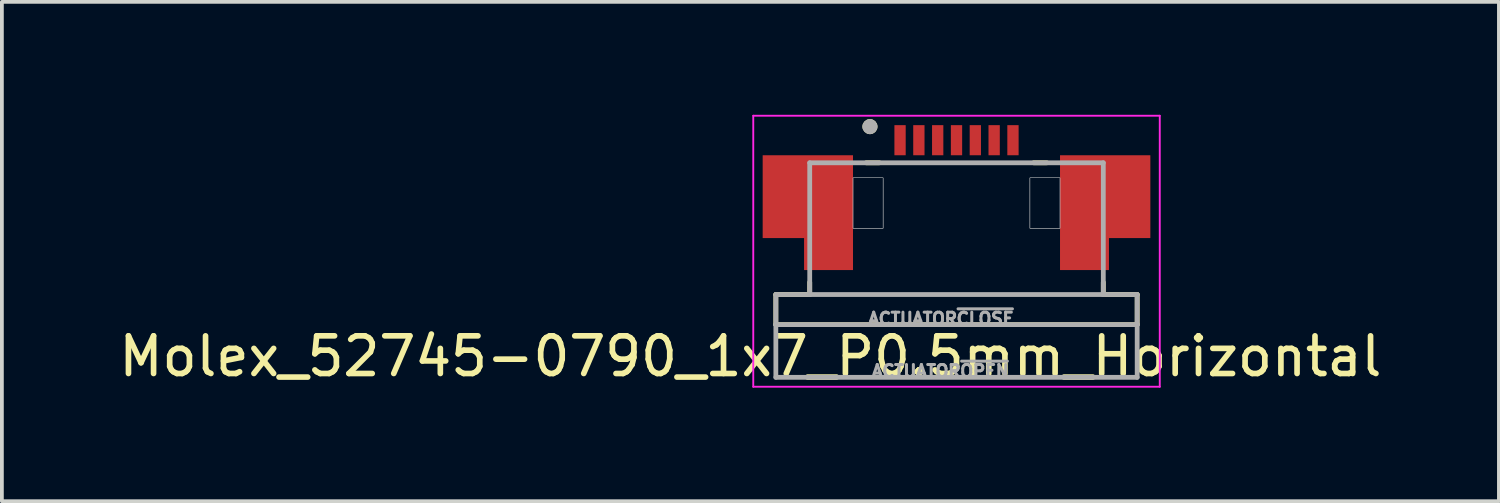
<source format=kicad_pcb>
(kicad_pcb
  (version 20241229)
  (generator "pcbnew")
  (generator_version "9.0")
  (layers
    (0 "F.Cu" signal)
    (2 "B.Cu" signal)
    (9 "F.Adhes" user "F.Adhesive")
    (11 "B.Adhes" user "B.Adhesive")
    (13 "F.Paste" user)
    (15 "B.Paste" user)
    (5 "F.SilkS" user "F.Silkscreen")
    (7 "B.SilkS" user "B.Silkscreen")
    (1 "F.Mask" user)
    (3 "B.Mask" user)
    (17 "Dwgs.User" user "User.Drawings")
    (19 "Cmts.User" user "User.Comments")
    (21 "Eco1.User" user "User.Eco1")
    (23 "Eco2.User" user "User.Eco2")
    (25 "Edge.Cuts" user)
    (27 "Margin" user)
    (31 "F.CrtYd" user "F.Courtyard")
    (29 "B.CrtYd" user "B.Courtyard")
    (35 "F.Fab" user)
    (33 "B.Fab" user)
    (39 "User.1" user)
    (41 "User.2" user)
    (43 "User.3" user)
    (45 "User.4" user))
  (footprint "Molex_52745-0790_1x7_P0.5mm_Horizontal"
    (layer "F.Cu")
    (at 22.363 2.6)
    (property "Reference" "Molex_52745-0790_1x7_P0.5mm_Horizontal" (at -5.476 3.818 0) (layer "F.SilkS") (effects (font (size 1 1) (thickness 0.15))))
    (attr smd)
    (fp_poly (pts (xy -5.25 -1.625) (xy -2.65 -1.625) (xy -2.65 1.625) (xy -4.15 1.625) (xy -4.15 0.775) (xy -5.25 0.775)) (stroke (width 0.0001) (type solid)) (fill yes) (layer "F.Mask"))
    (fp_poly (pts (xy 5.25 -1.625) (xy 2.65 -1.625) (xy 2.65 1.625) (xy 4.15 1.625) (xy 4.15 0.775) (xy 5.25 0.775)) (stroke (width 0.0001) (type solid)) (fill yes) (layer "F.Mask"))
    (fp_line (start -4.8 2.175) (end -3.9 2.175) (stroke (width 0.127) (type solid)) (layer "F.SilkS"))
    (fp_line (start -4.8 2.975) (end -4.8 2.175) (stroke (width 0.127) (type solid)) (layer "F.SilkS"))
    (fp_line (start -3.9 1.85) (end -3.9 2.175) (stroke (width 0.127) (type solid)) (layer "F.SilkS"))
    (fp_line (start -2.4 -1.325) (end -2.05 -1.325) (stroke (width 0.127) (type solid)) (layer "F.SilkS"))
    (fp_line (start 2.05 -1.325) (end 2.4 -1.325) (stroke (width 0.127) (type solid)) (layer "F.SilkS"))
    (fp_line (start 3.9 1.85) (end 3.9 2.175) (stroke (width 0.127) (type solid)) (layer "F.SilkS"))
    (fp_line (start 3.9 2.175) (end 4.8 2.175) (stroke (width 0.127) (type solid)) (layer "F.SilkS"))
    (fp_line (start 4.8 2.975) (end -4.8 2.975) (stroke (width 0.127) (type solid)) (layer "F.SilkS"))
    (fp_line (start 4.8 2.975) (end 4.8 2.175) (stroke (width 0.127) (type solid)) (layer "F.SilkS"))
    (fp_circle (center -2.3 -2.286) (end -2.2 -2.286) (stroke (width 0.2) (type solid)) (fill no) (layer "F.SilkS"))
    (fp_poly (pts (xy -5.15 -1.525) (xy -2.75 -1.525) (xy -2.75 1.525) (xy -4.05 1.525) (xy -4.05 0.675) (xy -5.15 0.675)) (stroke (width 0.0001) (type solid)) (fill yes) (layer "F.Paste"))
    (fp_poly (pts (xy 5.15 -1.525) (xy 2.75 -1.525) (xy 2.75 1.525) (xy 4.05 1.525) (xy 4.05 0.675) (xy 5.15 0.675)) (stroke (width 0.0001) (type solid)) (fill yes) (layer "F.Paste"))
    (fp_poly (pts (xy -2.75 -0.925) (xy -1.95 -0.925) (xy -1.95 0.415) (xy -2.75 0.415)) (stroke (width 0.01) (type solid)) (fill no) (layer "Dwgs.User"))
    (fp_poly (pts (xy -2.75 -0.925) (xy -1.95 -0.925) (xy -1.95 0.415) (xy -2.75 0.415)) (stroke (width 0.01) (type solid)) (fill no) (layer "Dwgs.User"))
    (fp_poly (pts (xy 1.95 -0.925) (xy 2.75 -0.925) (xy 2.75 0.415) (xy 1.95 0.415)) (stroke (width 0.01) (type solid)) (fill no) (layer "Dwgs.User"))
    (fp_poly (pts (xy 1.95 -0.925) (xy 2.75 -0.925) (xy 2.75 0.415) (xy 1.95 0.415)) (stroke (width 0.01) (type solid)) (fill no) (layer "Dwgs.User"))
    (fp_line (start -5.4 -2.575) (end 5.4 -2.575) (stroke (width 0.05) (type solid)) (layer "F.CrtYd"))
    (fp_line (start -5.4 4.625) (end -5.4 -2.575) (stroke (width 0.05) (type solid)) (layer "F.CrtYd"))
    (fp_line (start 5.4 -2.575) (end 5.4 4.625) (stroke (width 0.05) (type solid)) (layer "F.CrtYd"))
    (fp_line (start 5.4 4.625) (end -5.4 4.625) (stroke (width 0.05) (type solid)) (layer "F.CrtYd"))
    (fp_line (start -4.8 2.175) (end -3.9 2.175) (stroke (width 0.127) (type solid)) (layer "F.Fab"))
    (fp_line (start -4.8 2.975) (end -4.8 2.175) (stroke (width 0.127) (type solid)) (layer "F.Fab"))
    (fp_line (start -4.8 4.375) (end -4.8 2.975) (stroke (width 0.127) (type solid)) (layer "F.Fab"))
    (fp_line (start -3.9 -1.325) (end 3.9 -1.325) (stroke (width 0.127) (type solid)) (layer "F.Fab"))
    (fp_line (start -3.9 2.175) (end -3.9 -1.325) (stroke (width 0.127) (type solid)) (layer "F.Fab"))
    (fp_line (start 3.9 -1.325) (end 3.9 2.175) (stroke (width 0.127) (type solid)) (layer "F.Fab"))
    (fp_line (start 3.9 2.175) (end -3.9 2.175) (stroke (width 0.127) (type solid)) (layer "F.Fab"))
    (fp_line (start 3.9 2.175) (end 4.8 2.175) (stroke (width 0.127) (type solid)) (layer "F.Fab"))
    (fp_line (start 4.8 2.975) (end -4.8 2.975) (stroke (width 0.127) (type solid)) (layer "F.Fab"))
    (fp_line (start 4.8 2.975) (end 4.8 2.175) (stroke (width 0.127) (type solid)) (layer "F.Fab"))
    (fp_line (start 4.8 4.375) (end -4.8 4.375) (stroke (width 0.127) (type solid)) (layer "F.Fab"))
    (fp_line (start 4.8 4.375) (end 4.8 2.975) (stroke (width 0.127) (type solid)) (layer "F.Fab"))
    (fp_circle (center -2.3 -2.286) (end -2.2 -2.286) (stroke (width 0.2) (type solid)) (fill no) (layer "F.Fab"))
    (fp_text user "ACTUATOR~{CLOSE}" (at -0.41 2.82 0) (layer "F.Fab") (effects (font (size 0.32 0.32) (thickness 0.15))))
    (fp_text user "ACTUATOR~{OPEN}" (at -0.43 4.21 0) (layer "F.Fab") (effects (font (size 0.32 0.32) (thickness 0.15))))
    (pad "1" smd rect (at -1.5 -1.925) (size 0.3 0.8) (layers "F.Cu" "F.Mask" "F.Paste"))
    (pad "2" smd rect (at -1 -1.925) (size 0.3 0.8) (layers "F.Cu" "F.Mask" "F.Paste"))
    (pad "3" smd rect (at -0.5 -1.925) (size 0.3 0.8) (layers "F.Cu" "F.Mask" "F.Paste"))
    (pad "4" smd rect (at 0 -1.925) (size 0.3 0.8) (layers "F.Cu" "F.Mask" "F.Paste"))
    (pad "5" smd rect (at 0.5 -1.925) (size 0.3 0.8) (layers "F.Cu" "F.Mask" "F.Paste"))
    (pad "6" smd rect (at 1 -1.925) (size 0.3 0.8) (layers "F.Cu" "F.Mask" "F.Paste"))
    (pad "7" smd rect (at 1.5 -1.925) (size 0.3 0.8) (layers "F.Cu" "F.Mask" "F.Paste"))
    (pad "S1" smd custom (at -3.6 -0.3) (size 1 1) (layers "F.Cu" "F.Mask" "F.Paste") (options (anchor rect)) (primitives (gr_poly (pts (xy -1.55 -1.225) (xy 0.85 -1.225) (xy 0.85 1.825) (xy -0.45 1.825) (xy -0.45 0.975) (xy -1.55 0.975)) (width 0.0001) (fill yes))))
    (pad "S2" smd custom (at 3.6 -0.3) (size 1 1) (layers "F.Cu" "F.Mask" "F.Paste") (options (anchor rect)) (primitives (gr_poly (pts (xy 1.55 -1.225) (xy -0.85 -1.225) (xy -0.85 1.825) (xy 0.45 1.825) (xy 0.45 0.975) (xy 1.55 0.975)) (width 0.0001) (fill yes)))))
  (gr_rect
    (start -3 -3)
    (end 36.774 10.266)
    (stroke (width 0.1) (type default))
    (fill no)
    (layer "Edge.Cuts")))
</source>
